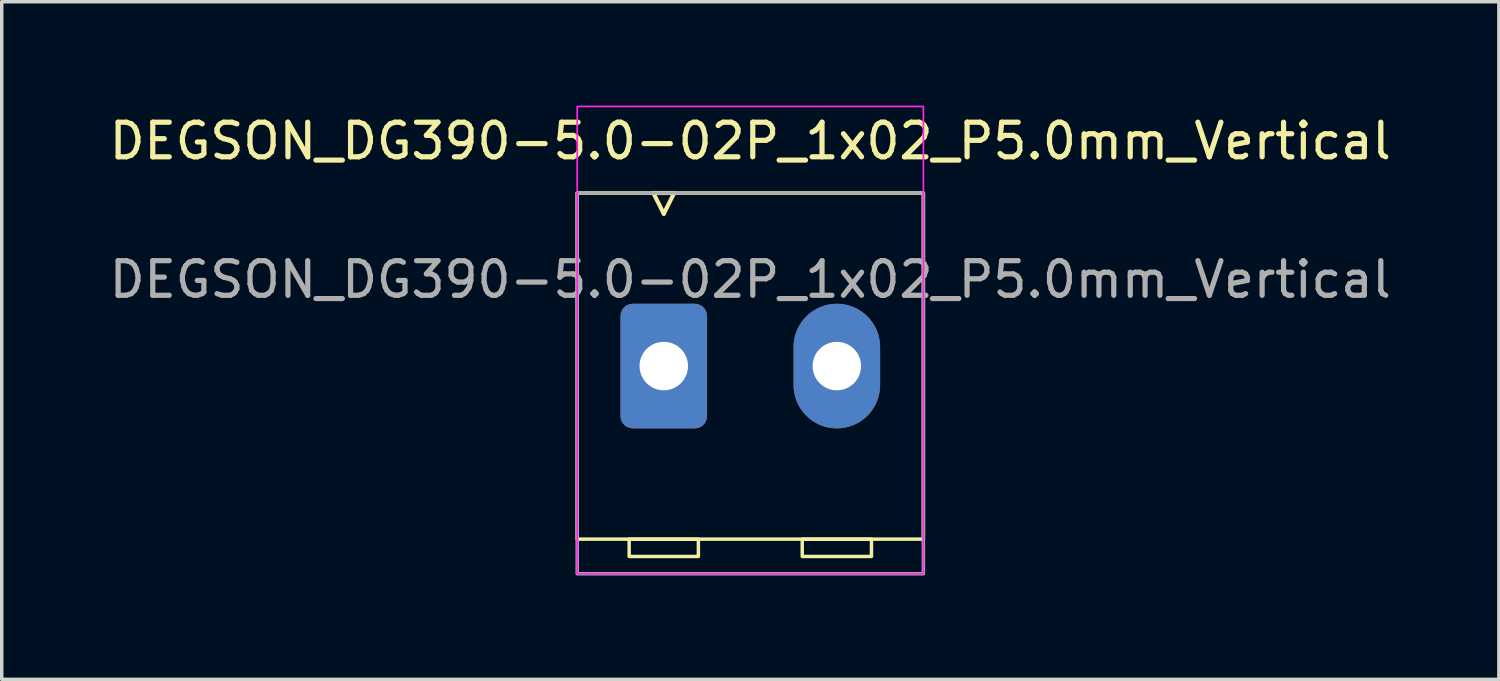
<source format=kicad_pcb>
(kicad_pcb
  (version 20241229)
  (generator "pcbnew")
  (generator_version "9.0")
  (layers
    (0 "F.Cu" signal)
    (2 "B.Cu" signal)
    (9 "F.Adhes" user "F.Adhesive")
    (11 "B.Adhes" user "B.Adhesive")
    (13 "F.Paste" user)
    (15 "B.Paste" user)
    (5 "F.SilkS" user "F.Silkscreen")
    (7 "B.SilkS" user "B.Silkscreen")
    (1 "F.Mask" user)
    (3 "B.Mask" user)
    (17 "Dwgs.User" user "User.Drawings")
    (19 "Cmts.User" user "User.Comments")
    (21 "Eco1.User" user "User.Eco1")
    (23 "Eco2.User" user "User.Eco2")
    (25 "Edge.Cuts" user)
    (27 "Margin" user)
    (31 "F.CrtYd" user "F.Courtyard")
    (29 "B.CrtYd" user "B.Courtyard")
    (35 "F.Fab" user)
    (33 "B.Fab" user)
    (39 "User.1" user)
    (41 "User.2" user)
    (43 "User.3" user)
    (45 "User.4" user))
  (footprint "DEGSON_DG390-5.0-02P_1x02_P5.0mm_Vertical"
    (layer "F.Cu")
    (at 16.125 7.525)
    (property "Reference" "DEGSON_DG390-5.0-02P_1x02_P5.0mm_Vertical" (at 2.5 -6.5 0) (layer "F.SilkS") (effects (font (size 1 1) (thickness 0.15))))
    (attr through_hole)
    (fp_line (start -0.3 -5) (end 0 -4.4) (stroke (width 0.12) (type solid)) (layer "F.SilkS"))
    (fp_line (start -0.3 -5) (end 0.3 -5) (stroke (width 0.12) (type solid)) (layer "F.SilkS"))
    (fp_line (start 0.3 -5) (end 0 -4.4) (stroke (width 0.12) (type solid)) (layer "F.SilkS"))
    (fp_rect (start -2.5 -5) (end 7.5 5) (stroke (width 0.1) (type default)) (fill no) (layer "F.SilkS"))
    (fp_rect (start -1 5) (end 1 5.5) (stroke (width 0.1) (type default)) (fill no) (layer "F.SilkS"))
    (fp_rect (start 4 5) (end 6 5.5) (stroke (width 0.1) (type default)) (fill no) (layer "F.SilkS"))
    (fp_rect (start -2.5 -7.5) (end 7.5 6) (stroke (width 0.05) (type default)) (fill no) (layer "F.CrtYd"))
    (fp_rect (start -2.5 -5) (end 7.5 6) (stroke (width 0.1) (type default)) (fill no) (layer "F.Fab"))
    (fp_text user "${REFERENCE}" (at 2.5 -2.5 0) (layer "F.Fab") (effects (font (size 1 1) (thickness 0.15))))
    (pad "1" thru_hole roundrect (at 0 0) (size 2.5 3.6) (drill 1.4) (layers "*.Cu" "*.Mask") (roundrect_rratio 0.139))
    (pad "2" thru_hole oval (at 5 0) (size 2.5 3.6) (drill 1.4) (layers "*.Cu" "*.Mask")))
  (gr_rect
    (start -3 -3)
    (end 40.25 16.575)
    (stroke (width 0.1) (type default))
    (fill no)
    (layer "Edge.Cuts")))
</source>
